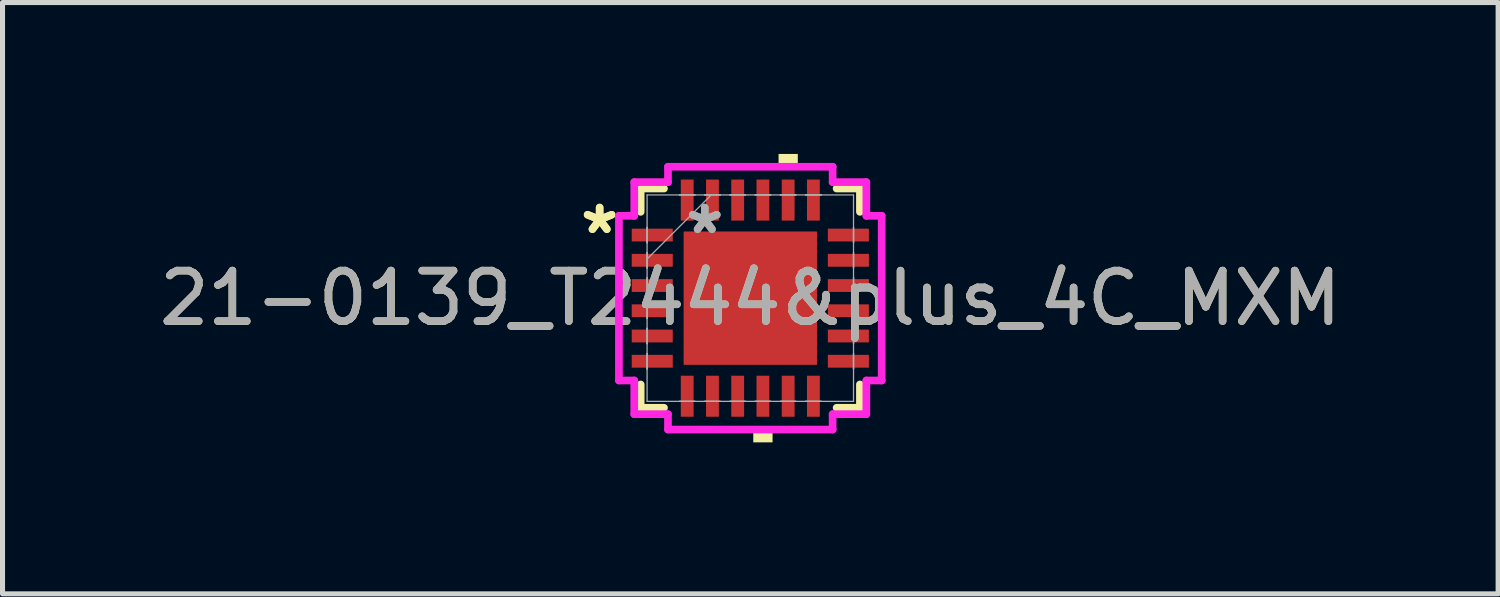
<source format=kicad_pcb>
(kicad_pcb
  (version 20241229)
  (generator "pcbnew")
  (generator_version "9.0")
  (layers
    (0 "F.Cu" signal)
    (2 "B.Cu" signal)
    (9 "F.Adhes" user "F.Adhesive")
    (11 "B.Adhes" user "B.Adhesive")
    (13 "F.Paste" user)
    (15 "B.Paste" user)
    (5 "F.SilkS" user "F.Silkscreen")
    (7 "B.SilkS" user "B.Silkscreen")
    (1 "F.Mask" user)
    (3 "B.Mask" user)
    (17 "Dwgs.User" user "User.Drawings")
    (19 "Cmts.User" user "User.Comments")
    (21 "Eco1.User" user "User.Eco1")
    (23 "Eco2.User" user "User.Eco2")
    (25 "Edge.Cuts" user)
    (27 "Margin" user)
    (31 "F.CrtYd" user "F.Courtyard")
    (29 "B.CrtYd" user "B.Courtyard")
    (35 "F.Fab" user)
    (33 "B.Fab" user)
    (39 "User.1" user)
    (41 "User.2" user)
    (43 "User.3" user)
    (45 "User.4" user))
  (footprint "21-0139_T2444&plus_4C_MXM"
    (layer "F.Cu")
    (at 11.815 2.857)
    (property "Reference" "21-0139_T2444&plus_4C_MXM" (at 0 0 0) (unlocked yes) (layer "F.SilkS") (effects (font (size 1 1) (thickness 0.15))))
    (attr smd)
    (fp_line (start -2.172 -2.172) (end -2.172 -1.71) (stroke (width 0.152) (type solid)) (layer "F.SilkS"))
    (fp_line (start -2.172 1.71) (end -2.172 2.172) (stroke (width 0.152) (type solid)) (layer "F.SilkS"))
    (fp_line (start -2.172 2.172) (end -1.71 2.172) (stroke (width 0.152) (type solid)) (layer "F.SilkS"))
    (fp_line (start -1.71 -2.172) (end -2.172 -2.172) (stroke (width 0.152) (type solid)) (layer "F.SilkS"))
    (fp_line (start 1.71 2.172) (end 2.172 2.172) (stroke (width 0.152) (type solid)) (layer "F.SilkS"))
    (fp_line (start 2.172 -2.172) (end 1.71 -2.172) (stroke (width 0.152) (type solid)) (layer "F.SilkS"))
    (fp_line (start 2.172 -1.71) (end 2.172 -2.172) (stroke (width 0.152) (type solid)) (layer "F.SilkS"))
    (fp_line (start 2.172 2.172) (end 2.172 1.71) (stroke (width 0.152) (type solid)) (layer "F.SilkS"))
    (fp_poly (pts (xy 0.059 2.603) (xy 0.059 2.857) (xy 0.441 2.857) (xy 0.441 2.603)) (stroke (width 0) (type solid)) (fill yes) (layer "F.SilkS"))
    (fp_poly (pts (xy 0.56 -2.603) (xy 0.56 -2.857) (xy 0.941 -2.857) (xy 0.941 -2.603)) (stroke (width 0) (type solid)) (fill yes) (layer "F.SilkS"))
    (fp_line (start -2.603 -1.631) (end -2.299 -1.631) (stroke (width 0.152) (type solid)) (layer "F.CrtYd"))
    (fp_line (start -2.603 1.631) (end -2.603 -1.631) (stroke (width 0.152) (type solid)) (layer "F.CrtYd"))
    (fp_line (start -2.299 -2.299) (end -1.631 -2.299) (stroke (width 0.152) (type solid)) (layer "F.CrtYd"))
    (fp_line (start -2.299 -1.631) (end -2.299 -2.299) (stroke (width 0.152) (type solid)) (layer "F.CrtYd"))
    (fp_line (start -2.299 1.631) (end -2.603 1.631) (stroke (width 0.152) (type solid)) (layer "F.CrtYd"))
    (fp_line (start -2.299 2.299) (end -2.299 1.631) (stroke (width 0.152) (type solid)) (layer "F.CrtYd"))
    (fp_line (start -1.631 -2.603) (end 1.631 -2.603) (stroke (width 0.152) (type solid)) (layer "F.CrtYd"))
    (fp_line (start -1.631 -2.299) (end -1.631 -2.603) (stroke (width 0.152) (type solid)) (layer "F.CrtYd"))
    (fp_line (start -1.631 2.299) (end -2.299 2.299) (stroke (width 0.152) (type solid)) (layer "F.CrtYd"))
    (fp_line (start -1.631 2.603) (end -1.631 2.299) (stroke (width 0.152) (type solid)) (layer "F.CrtYd"))
    (fp_line (start 1.631 -2.603) (end 1.631 -2.299) (stroke (width 0.152) (type solid)) (layer "F.CrtYd"))
    (fp_line (start 1.631 -2.299) (end 2.299 -2.299) (stroke (width 0.152) (type solid)) (layer "F.CrtYd"))
    (fp_line (start 1.631 2.299) (end 1.631 2.603) (stroke (width 0.152) (type solid)) (layer "F.CrtYd"))
    (fp_line (start 1.631 2.603) (end -1.631 2.603) (stroke (width 0.152) (type solid)) (layer "F.CrtYd"))
    (fp_line (start 2.299 -2.299) (end 2.299 -1.631) (stroke (width 0.152) (type solid)) (layer "F.CrtYd"))
    (fp_line (start 2.299 -1.631) (end 2.603 -1.631) (stroke (width 0.152) (type solid)) (layer "F.CrtYd"))
    (fp_line (start 2.299 1.631) (end 2.299 2.299) (stroke (width 0.152) (type solid)) (layer "F.CrtYd"))
    (fp_line (start 2.299 2.299) (end 1.631 2.299) (stroke (width 0.152) (type solid)) (layer "F.CrtYd"))
    (fp_line (start 2.603 -1.631) (end 2.603 1.631) (stroke (width 0.152) (type solid)) (layer "F.CrtYd"))
    (fp_line (start 2.603 1.631) (end 2.299 1.631) (stroke (width 0.152) (type solid)) (layer "F.CrtYd"))
    (fp_line (start -2.045 -2.045) (end -2.045 2.045) (stroke (width 0.025) (type solid)) (layer "F.Fab"))
    (fp_line (start -2.045 -1.402) (end -2.045 -1.402) (stroke (width 0.025) (type solid)) (layer "F.Fab"))
    (fp_line (start -2.045 -1.402) (end -2.045 -1.098) (stroke (width 0.025) (type solid)) (layer "F.Fab"))
    (fp_line (start -2.045 -1.098) (end -2.045 -1.402) (stroke (width 0.025) (type solid)) (layer "F.Fab"))
    (fp_line (start -2.045 -1.098) (end -2.045 -1.098) (stroke (width 0.025) (type solid)) (layer "F.Fab"))
    (fp_line (start -2.045 -0.902) (end -2.045 -0.902) (stroke (width 0.025) (type solid)) (layer "F.Fab"))
    (fp_line (start -2.045 -0.902) (end -2.045 -0.598) (stroke (width 0.025) (type solid)) (layer "F.Fab"))
    (fp_line (start -2.045 -0.775) (end -0.775 -2.045) (stroke (width 0.025) (type solid)) (layer "F.Fab"))
    (fp_line (start -2.045 -0.598) (end -2.045 -0.902) (stroke (width 0.025) (type solid)) (layer "F.Fab"))
    (fp_line (start -2.045 -0.598) (end -2.045 -0.598) (stroke (width 0.025) (type solid)) (layer "F.Fab"))
    (fp_line (start -2.045 -0.402) (end -2.045 -0.402) (stroke (width 0.025) (type solid)) (layer "F.Fab"))
    (fp_line (start -2.045 -0.402) (end -2.045 -0.098) (stroke (width 0.025) (type solid)) (layer "F.Fab"))
    (fp_line (start -2.045 -0.098) (end -2.045 -0.402) (stroke (width 0.025) (type solid)) (layer "F.Fab"))
    (fp_line (start -2.045 -0.098) (end -2.045 -0.098) (stroke (width 0.025) (type solid)) (layer "F.Fab"))
    (fp_line (start -2.045 0.098) (end -2.045 0.098) (stroke (width 0.025) (type solid)) (layer "F.Fab"))
    (fp_line (start -2.045 0.098) (end -2.045 0.402) (stroke (width 0.025) (type solid)) (layer "F.Fab"))
    (fp_line (start -2.045 0.402) (end -2.045 0.098) (stroke (width 0.025) (type solid)) (layer "F.Fab"))
    (fp_line (start -2.045 0.402) (end -2.045 0.402) (stroke (width 0.025) (type solid)) (layer "F.Fab"))
    (fp_line (start -2.045 0.598) (end -2.045 0.598) (stroke (width 0.025) (type solid)) (layer "F.Fab"))
    (fp_line (start -2.045 0.598) (end -2.045 0.902) (stroke (width 0.025) (type solid)) (layer "F.Fab"))
    (fp_line (start -2.045 0.902) (end -2.045 0.598) (stroke (width 0.025) (type solid)) (layer "F.Fab"))
    (fp_line (start -2.045 0.902) (end -2.045 0.902) (stroke (width 0.025) (type solid)) (layer "F.Fab"))
    (fp_line (start -2.045 1.098) (end -2.045 1.098) (stroke (width 0.025) (type solid)) (layer "F.Fab"))
    (fp_line (start -2.045 1.098) (end -2.045 1.402) (stroke (width 0.025) (type solid)) (layer "F.Fab"))
    (fp_line (start -2.045 1.402) (end -2.045 1.098) (stroke (width 0.025) (type solid)) (layer "F.Fab"))
    (fp_line (start -2.045 1.402) (end -2.045 1.402) (stroke (width 0.025) (type solid)) (layer "F.Fab"))
    (fp_line (start -2.045 2.045) (end 2.045 2.045) (stroke (width 0.025) (type solid)) (layer "F.Fab"))
    (fp_line (start -1.402 -2.045) (end -1.402 -2.045) (stroke (width 0.025) (type solid)) (layer "F.Fab"))
    (fp_line (start -1.402 -2.045) (end -1.098 -2.045) (stroke (width 0.025) (type solid)) (layer "F.Fab"))
    (fp_line (start -1.402 2.045) (end -1.402 2.045) (stroke (width 0.025) (type solid)) (layer "F.Fab"))
    (fp_line (start -1.402 2.045) (end -1.098 2.045) (stroke (width 0.025) (type solid)) (layer "F.Fab"))
    (fp_line (start -1.098 -2.045) (end -1.402 -2.045) (stroke (width 0.025) (type solid)) (layer "F.Fab"))
    (fp_line (start -1.098 -2.045) (end -1.098 -2.045) (stroke (width 0.025) (type solid)) (layer "F.Fab"))
    (fp_line (start -1.098 2.045) (end -1.402 2.045) (stroke (width 0.025) (type solid)) (layer "F.Fab"))
    (fp_line (start -1.098 2.045) (end -1.098 2.045) (stroke (width 0.025) (type solid)) (layer "F.Fab"))
    (fp_line (start -0.902 -2.045) (end -0.902 -2.045) (stroke (width 0.025) (type solid)) (layer "F.Fab"))
    (fp_line (start -0.902 -2.045) (end -0.598 -2.045) (stroke (width 0.025) (type solid)) (layer "F.Fab"))
    (fp_line (start -0.902 2.045) (end -0.902 2.045) (stroke (width 0.025) (type solid)) (layer "F.Fab"))
    (fp_line (start -0.902 2.045) (end -0.598 2.045) (stroke (width 0.025) (type solid)) (layer "F.Fab"))
    (fp_line (start -0.598 -2.045) (end -0.902 -2.045) (stroke (width 0.025) (type solid)) (layer "F.Fab"))
    (fp_line (start -0.598 -2.045) (end -0.598 -2.045) (stroke (width 0.025) (type solid)) (layer "F.Fab"))
    (fp_line (start -0.598 2.045) (end -0.902 2.045) (stroke (width 0.025) (type solid)) (layer "F.Fab"))
    (fp_line (start -0.598 2.045) (end -0.598 2.045) (stroke (width 0.025) (type solid)) (layer "F.Fab"))
    (fp_line (start -0.402 -2.045) (end -0.402 -2.045) (stroke (width 0.025) (type solid)) (layer "F.Fab"))
    (fp_line (start -0.402 -2.045) (end -0.098 -2.045) (stroke (width 0.025) (type solid)) (layer "F.Fab"))
    (fp_line (start -0.402 2.045) (end -0.402 2.045) (stroke (width 0.025) (type solid)) (layer "F.Fab"))
    (fp_line (start -0.402 2.045) (end -0.098 2.045) (stroke (width 0.025) (type solid)) (layer "F.Fab"))
    (fp_line (start -0.098 -2.045) (end -0.402 -2.045) (stroke (width 0.025) (type solid)) (layer "F.Fab"))
    (fp_line (start -0.098 -2.045) (end -0.098 -2.045) (stroke (width 0.025) (type solid)) (layer "F.Fab"))
    (fp_line (start -0.098 2.045) (end -0.402 2.045) (stroke (width 0.025) (type solid)) (layer "F.Fab"))
    (fp_line (start -0.098 2.045) (end -0.098 2.045) (stroke (width 0.025) (type solid)) (layer "F.Fab"))
    (fp_line (start 0.098 -2.045) (end 0.098 -2.045) (stroke (width 0.025) (type solid)) (layer "F.Fab"))
    (fp_line (start 0.098 -2.045) (end 0.402 -2.045) (stroke (width 0.025) (type solid)) (layer "F.Fab"))
    (fp_line (start 0.098 2.045) (end 0.098 2.045) (stroke (width 0.025) (type solid)) (layer "F.Fab"))
    (fp_line (start 0.098 2.045) (end 0.402 2.045) (stroke (width 0.025) (type solid)) (layer "F.Fab"))
    (fp_line (start 0.402 -2.045) (end 0.098 -2.045) (stroke (width 0.025) (type solid)) (layer "F.Fab"))
    (fp_line (start 0.402 -2.045) (end 0.402 -2.045) (stroke (width 0.025) (type solid)) (layer "F.Fab"))
    (fp_line (start 0.402 2.045) (end 0.098 2.045) (stroke (width 0.025) (type solid)) (layer "F.Fab"))
    (fp_line (start 0.402 2.045) (end 0.402 2.045) (stroke (width 0.025) (type solid)) (layer "F.Fab"))
    (fp_line (start 0.598 -2.045) (end 0.598 -2.045) (stroke (width 0.025) (type solid)) (layer "F.Fab"))
    (fp_line (start 0.598 -2.045) (end 0.902 -2.045) (stroke (width 0.025) (type solid)) (layer "F.Fab"))
    (fp_line (start 0.598 2.045) (end 0.598 2.045) (stroke (width 0.025) (type solid)) (layer "F.Fab"))
    (fp_line (start 0.598 2.045) (end 0.902 2.045) (stroke (width 0.025) (type solid)) (layer "F.Fab"))
    (fp_line (start 0.902 -2.045) (end 0.598 -2.045) (stroke (width 0.025) (type solid)) (layer "F.Fab"))
    (fp_line (start 0.902 -2.045) (end 0.902 -2.045) (stroke (width 0.025) (type solid)) (layer "F.Fab"))
    (fp_line (start 0.902 2.045) (end 0.598 2.045) (stroke (width 0.025) (type solid)) (layer "F.Fab"))
    (fp_line (start 0.902 2.045) (end 0.902 2.045) (stroke (width 0.025) (type solid)) (layer "F.Fab"))
    (fp_line (start 1.098 -2.045) (end 1.098 -2.045) (stroke (width 0.025) (type solid)) (layer "F.Fab"))
    (fp_line (start 1.098 -2.045) (end 1.402 -2.045) (stroke (width 0.025) (type solid)) (layer "F.Fab"))
    (fp_line (start 1.098 2.045) (end 1.098 2.045) (stroke (width 0.025) (type solid)) (layer "F.Fab"))
    (fp_line (start 1.098 2.045) (end 1.402 2.045) (stroke (width 0.025) (type solid)) (layer "F.Fab"))
    (fp_line (start 1.402 -2.045) (end 1.098 -2.045) (stroke (width 0.025) (type solid)) (layer "F.Fab"))
    (fp_line (start 1.402 -2.045) (end 1.402 -2.045) (stroke (width 0.025) (type solid)) (layer "F.Fab"))
    (fp_line (start 1.402 2.045) (end 1.098 2.045) (stroke (width 0.025) (type solid)) (layer "F.Fab"))
    (fp_line (start 1.402 2.045) (end 1.402 2.045) (stroke (width 0.025) (type solid)) (layer "F.Fab"))
    (fp_line (start 2.045 -2.045) (end -2.045 -2.045) (stroke (width 0.025) (type solid)) (layer "F.Fab"))
    (fp_line (start 2.045 -1.402) (end 2.045 -1.402) (stroke (width 0.025) (type solid)) (layer "F.Fab"))
    (fp_line (start 2.045 -1.402) (end 2.045 -1.098) (stroke (width 0.025) (type solid)) (layer "F.Fab"))
    (fp_line (start 2.045 -1.098) (end 2.045 -1.402) (stroke (width 0.025) (type solid)) (layer "F.Fab"))
    (fp_line (start 2.045 -1.098) (end 2.045 -1.098) (stroke (width 0.025) (type solid)) (layer "F.Fab"))
    (fp_line (start 2.045 -0.902) (end 2.045 -0.902) (stroke (width 0.025) (type solid)) (layer "F.Fab"))
    (fp_line (start 2.045 -0.902) (end 2.045 -0.598) (stroke (width 0.025) (type solid)) (layer "F.Fab"))
    (fp_line (start 2.045 -0.598) (end 2.045 -0.902) (stroke (width 0.025) (type solid)) (layer "F.Fab"))
    (fp_line (start 2.045 -0.598) (end 2.045 -0.598) (stroke (width 0.025) (type solid)) (layer "F.Fab"))
    (fp_line (start 2.045 -0.402) (end 2.045 -0.402) (stroke (width 0.025) (type solid)) (layer "F.Fab"))
    (fp_line (start 2.045 -0.402) (end 2.045 -0.098) (stroke (width 0.025) (type solid)) (layer "F.Fab"))
    (fp_line (start 2.045 -0.098) (end 2.045 -0.402) (stroke (width 0.025) (type solid)) (layer "F.Fab"))
    (fp_line (start 2.045 -0.098) (end 2.045 -0.098) (stroke (width 0.025) (type solid)) (layer "F.Fab"))
    (fp_line (start 2.045 0.098) (end 2.045 0.098) (stroke (width 0.025) (type solid)) (layer "F.Fab"))
    (fp_line (start 2.045 0.098) (end 2.045 0.402) (stroke (width 0.025) (type solid)) (layer "F.Fab"))
    (fp_line (start 2.045 0.402) (end 2.045 0.098) (stroke (width 0.025) (type solid)) (layer "F.Fab"))
    (fp_line (start 2.045 0.402) (end 2.045 0.402) (stroke (width 0.025) (type solid)) (layer "F.Fab"))
    (fp_line (start 2.045 0.598) (end 2.045 0.598) (stroke (width 0.025) (type solid)) (layer "F.Fab"))
    (fp_line (start 2.045 0.598) (end 2.045 0.902) (stroke (width 0.025) (type solid)) (layer "F.Fab"))
    (fp_line (start 2.045 0.902) (end 2.045 0.598) (stroke (width 0.025) (type solid)) (layer "F.Fab"))
    (fp_line (start 2.045 0.902) (end 2.045 0.902) (stroke (width 0.025) (type solid)) (layer "F.Fab"))
    (fp_line (start 2.045 1.098) (end 2.045 1.098) (stroke (width 0.025) (type solid)) (layer "F.Fab"))
    (fp_line (start 2.045 1.098) (end 2.045 1.402) (stroke (width 0.025) (type solid)) (layer "F.Fab"))
    (fp_line (start 2.045 1.402) (end 2.045 1.098) (stroke (width 0.025) (type solid)) (layer "F.Fab"))
    (fp_line (start 2.045 1.402) (end 2.045 1.402) (stroke (width 0.025) (type solid)) (layer "F.Fab"))
    (fp_line (start 2.045 2.045) (end 2.045 -2.045) (stroke (width 0.025) (type solid)) (layer "F.Fab"))
    (fp_text user "*" (at -2.985 -1.25 0) (layer "F.SilkS") (effects (font (size 1 1) (thickness 0.15))))
    (fp_text user "*" (at -2.985 -1.25 0) (unlocked yes) (layer "F.SilkS") (effects (font (size 1 1) (thickness 0.15))))
    (fp_text user "${REFERENCE}" (at 0 0 0) (unlocked yes) (layer "F.Fab") (effects (font (size 1 1) (thickness 0.15))))
    (fp_text user "*" (at -0.902 -1.25 0) (layer "F.Fab") (effects (font (size 1 1) (thickness 0.15))))
    (fp_text user "*" (at -0.902 -1.25 0) (unlocked yes) (layer "F.Fab") (effects (font (size 1 1) (thickness 0.15))))
    (pad "1" smd rect (at -1.943 -1.25 90) (size 0.254 0.813) (layers "F.Cu" "F.Mask" "F.Paste"))
    (pad "2" smd rect (at -1.943 -0.75 90) (size 0.254 0.813) (layers "F.Cu" "F.Mask" "F.Paste"))
    (pad "3" smd rect (at -1.943 -0.25 90) (size 0.254 0.813) (layers "F.Cu" "F.Mask" "F.Paste"))
    (pad "4" smd rect (at -1.943 0.25 90) (size 0.254 0.813) (layers "F.Cu" "F.Mask" "F.Paste"))
    (pad "5" smd rect (at -1.943 0.75 90) (size 0.254 0.813) (layers "F.Cu" "F.Mask" "F.Paste"))
    (pad "6" smd rect (at -1.943 1.25 90) (size 0.254 0.813) (layers "F.Cu" "F.Mask" "F.Paste"))
    (pad "7" smd rect (at -1.25 1.943) (size 0.254 0.813) (layers "F.Cu" "F.Mask" "F.Paste"))
    (pad "8" smd rect (at -0.75 1.943) (size 0.254 0.813) (layers "F.Cu" "F.Mask" "F.Paste"))
    (pad "9" smd rect (at -0.25 1.943) (size 0.254 0.813) (layers "F.Cu" "F.Mask" "F.Paste"))
    (pad "10" smd rect (at 0.25 1.943) (size 0.254 0.813) (layers "F.Cu" "F.Mask" "F.Paste"))
    (pad "11" smd rect (at 0.75 1.943) (size 0.254 0.813) (layers "F.Cu" "F.Mask" "F.Paste"))
    (pad "12" smd rect (at 1.25 1.943) (size 0.254 0.813) (layers "F.Cu" "F.Mask" "F.Paste"))
    (pad "13" smd rect (at 1.943 1.25 90) (size 0.254 0.813) (layers "F.Cu" "F.Mask" "F.Paste"))
    (pad "14" smd rect (at 1.943 0.75 90) (size 0.254 0.813) (layers "F.Cu" "F.Mask" "F.Paste"))
    (pad "15" smd rect (at 1.943 0.25 90) (size 0.254 0.813) (layers "F.Cu" "F.Mask" "F.Paste"))
    (pad "16" smd rect (at 1.943 -0.25 90) (size 0.254 0.813) (layers "F.Cu" "F.Mask" "F.Paste"))
    (pad "17" smd rect (at 1.943 -0.75 90) (size 0.254 0.813) (layers "F.Cu" "F.Mask" "F.Paste"))
    (pad "18" smd rect (at 1.943 -1.25 90) (size 0.254 0.813) (layers "F.Cu" "F.Mask" "F.Paste"))
    (pad "19" smd rect (at 1.25 -1.943) (size 0.254 0.813) (layers "F.Cu" "F.Mask" "F.Paste"))
    (pad "20" smd rect (at 0.75 -1.943) (size 0.254 0.813) (layers "F.Cu" "F.Mask" "F.Paste"))
    (pad "21" smd rect (at 0.25 -1.943) (size 0.254 0.813) (layers "F.Cu" "F.Mask" "F.Paste"))
    (pad "22" smd rect (at -0.25 -1.943) (size 0.254 0.813) (layers "F.Cu" "F.Mask" "F.Paste"))
    (pad "23" smd rect (at -0.75 -1.943) (size 0.254 0.813) (layers "F.Cu" "F.Mask" "F.Paste"))
    (pad "24" smd rect (at -1.25 -1.943) (size 0.254 0.813) (layers "F.Cu" "F.Mask" "F.Paste"))
    (pad "25" smd rect (at 0 0) (size 2.642 2.642) (layers "F.Cu" "F.Mask" "F.Paste")))
  (gr_rect
    (start -3 -3)
    (end 26.631 8.715)
    (stroke (width 0.1) (type default))
    (fill no)
    (layer "Edge.Cuts")))
</source>
